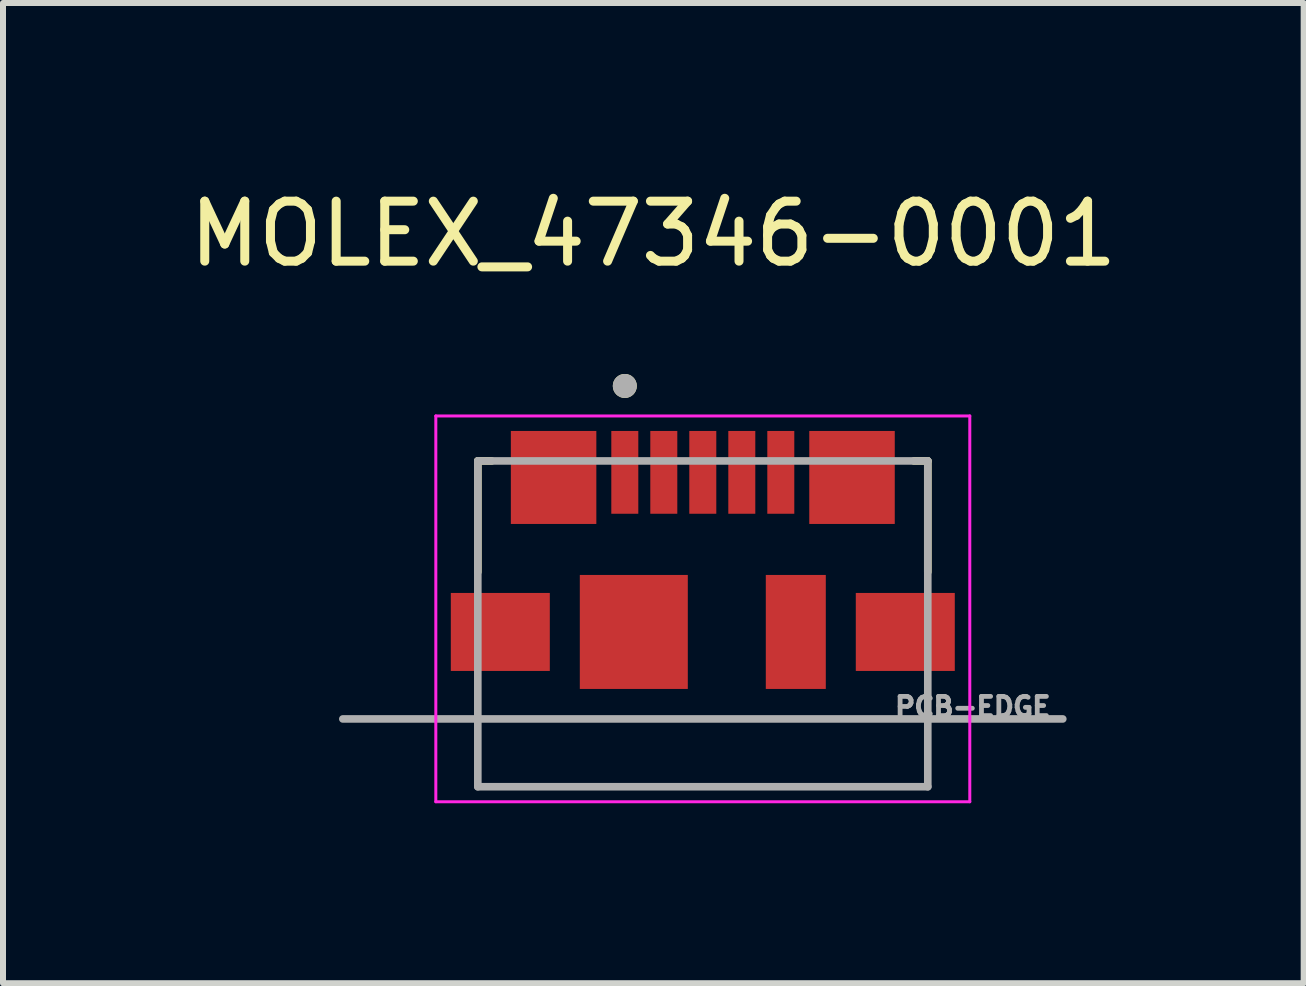
<source format=kicad_pcb>
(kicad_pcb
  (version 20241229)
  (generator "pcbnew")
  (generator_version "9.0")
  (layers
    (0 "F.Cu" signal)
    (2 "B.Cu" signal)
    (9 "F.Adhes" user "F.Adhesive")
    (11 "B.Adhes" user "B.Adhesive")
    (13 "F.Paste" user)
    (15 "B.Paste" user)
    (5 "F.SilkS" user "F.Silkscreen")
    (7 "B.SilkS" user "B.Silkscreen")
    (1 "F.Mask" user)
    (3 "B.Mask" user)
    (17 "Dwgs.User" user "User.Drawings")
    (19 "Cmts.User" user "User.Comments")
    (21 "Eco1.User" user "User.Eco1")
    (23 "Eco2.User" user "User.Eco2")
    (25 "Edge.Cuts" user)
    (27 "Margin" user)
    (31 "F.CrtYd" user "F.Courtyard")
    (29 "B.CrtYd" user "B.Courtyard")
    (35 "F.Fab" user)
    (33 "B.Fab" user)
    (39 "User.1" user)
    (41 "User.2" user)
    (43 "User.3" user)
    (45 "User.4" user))
  (footprint "MOLEX_47346-0001"
    (layer "F.Cu")
    (at 8.664 7.483)
    (property "Reference" "MOLEX_47346-0001" (at -0.825 -6.635 0) (layer "F.SilkS") (effects (font (size 1 1) (thickness 0.15))))
    (attr through_hole)
    (fp_line (start -3.75 -2.85) (end -3.75 -1) (stroke (width 0.127) (type solid)) (layer "F.SilkS"))
    (fp_line (start -3.75 -2.85) (end -3.52 -2.85) (stroke (width 0.127) (type solid)) (layer "F.SilkS"))
    (fp_line (start 3.75 -2.85) (end 3.52 -2.85) (stroke (width 0.127) (type solid)) (layer "F.SilkS"))
    (fp_line (start 3.75 -2.85) (end 3.75 -1) (stroke (width 0.127) (type solid)) (layer "F.SilkS"))
    (fp_circle (center -1.3 -4.1) (end -1.2 -4.1) (stroke (width 0.2) (type solid)) (fill no) (layer "F.SilkS"))
    (fp_line (start -4.45 -3.6) (end 4.45 -3.6) (stroke (width 0.05) (type solid)) (layer "F.CrtYd"))
    (fp_line (start -4.45 2.83) (end -4.45 -3.6) (stroke (width 0.05) (type solid)) (layer "F.CrtYd"))
    (fp_line (start 4.45 -3.6) (end 4.45 2.83) (stroke (width 0.05) (type solid)) (layer "F.CrtYd"))
    (fp_line (start 4.45 2.83) (end -4.45 2.83) (stroke (width 0.05) (type solid)) (layer "F.CrtYd"))
    (fp_line (start -6 1.45) (end 6 1.45) (stroke (width 0.127) (type solid)) (layer "F.Fab"))
    (fp_line (start -3.75 -2.85) (end 3.75 -2.85) (stroke (width 0.127) (type solid)) (layer "F.Fab"))
    (fp_line (start -3.75 2.58) (end -3.75 -2.85) (stroke (width 0.127) (type solid)) (layer "F.Fab"))
    (fp_line (start 3.75 -2.85) (end 3.75 2.58) (stroke (width 0.127) (type solid)) (layer "F.Fab"))
    (fp_line (start 3.75 2.58) (end -3.75 2.58) (stroke (width 0.127) (type solid)) (layer "F.Fab"))
    (fp_circle (center -1.3 -4.1) (end -1.2 -4.1) (stroke (width 0.2) (type solid)) (fill no) (layer "F.Fab"))
    (fp_text user "PCB-EDGE" (at 4.5 1.25 0) (layer "F.Fab") (effects (font (size 0.32 0.32) (thickness 0.15))))
    (pad "1" smd rect (at -1.3 -2.66) (size 0.45 1.38) (layers "F.Cu" "F.Mask" "F.Paste"))
    (pad "2" smd rect (at -0.65 -2.66) (size 0.45 1.38) (layers "F.Cu" "F.Mask" "F.Paste"))
    (pad "3" smd rect (at 0 -2.66) (size 0.45 1.38) (layers "F.Cu" "F.Mask" "F.Paste"))
    (pad "4" smd rect (at 0.65 -2.66) (size 0.45 1.38) (layers "F.Cu" "F.Mask" "F.Paste"))
    (pad "5" smd rect (at 1.3 -2.66) (size 0.45 1.38) (layers "F.Cu" "F.Mask" "F.Paste"))
    (pad "S1" smd rect (at -2.487 -2.575) (size 1.425 1.55) (layers "F.Cu" "F.Mask" "F.Paste"))
    (pad "S2" smd rect (at 2.487 -2.575) (size 1.425 1.55) (layers "F.Cu" "F.Mask" "F.Paste"))
    (pad "S3" smd rect (at -3.375 0) (size 1.65 1.3) (layers "F.Cu" "F.Mask" "F.Paste"))
    (pad "S4" smd rect (at -1.15 0) (size 1.8 1.9) (layers "F.Cu" "F.Mask" "F.Paste"))
    (pad "S5" smd rect (at 1.55 0) (size 1 1.9) (layers "F.Cu" "F.Mask" "F.Paste"))
    (pad "S6" smd rect (at 3.375 0) (size 1.65 1.3) (layers "F.Cu" "F.Mask" "F.Paste")))
  (gr_rect
    (start -3 -3)
    (end 18.679 13.338)
    (stroke (width 0.1) (type default))
    (fill no)
    (layer "Edge.Cuts")))
</source>
